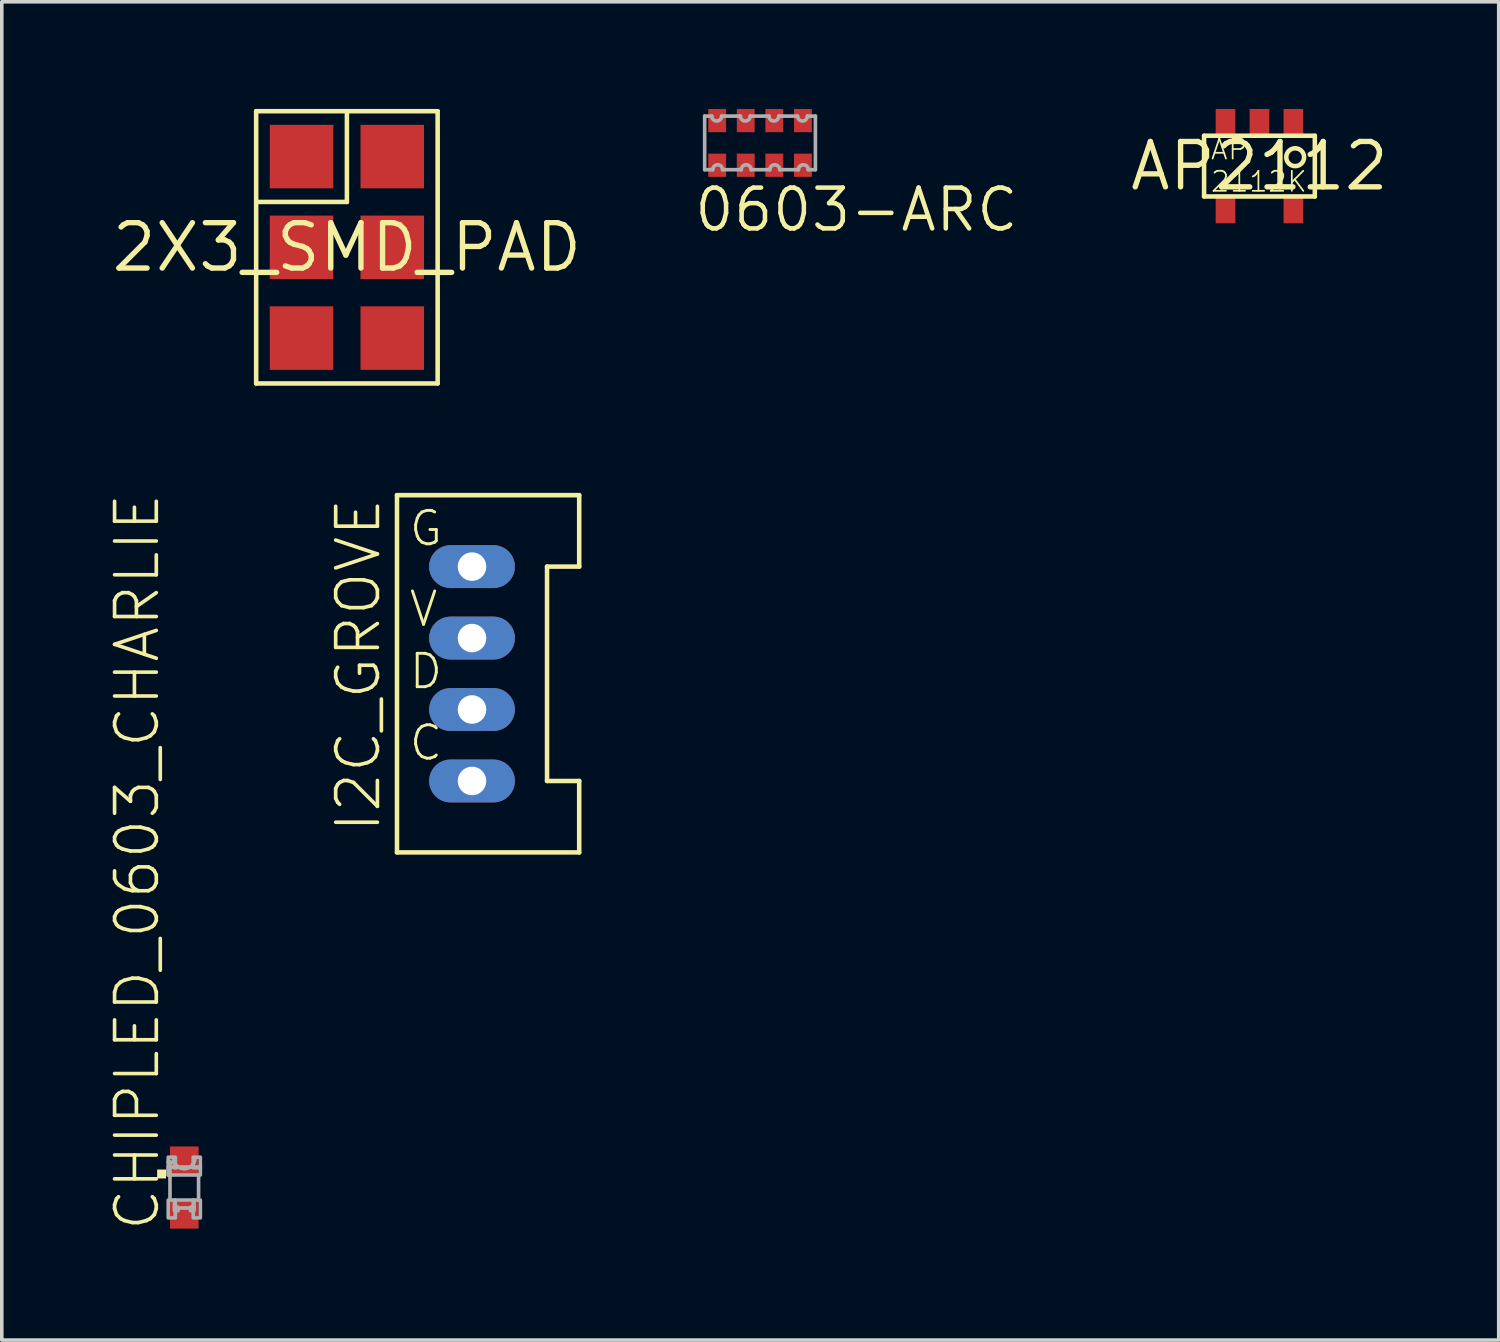
<source format=kicad_pcb>
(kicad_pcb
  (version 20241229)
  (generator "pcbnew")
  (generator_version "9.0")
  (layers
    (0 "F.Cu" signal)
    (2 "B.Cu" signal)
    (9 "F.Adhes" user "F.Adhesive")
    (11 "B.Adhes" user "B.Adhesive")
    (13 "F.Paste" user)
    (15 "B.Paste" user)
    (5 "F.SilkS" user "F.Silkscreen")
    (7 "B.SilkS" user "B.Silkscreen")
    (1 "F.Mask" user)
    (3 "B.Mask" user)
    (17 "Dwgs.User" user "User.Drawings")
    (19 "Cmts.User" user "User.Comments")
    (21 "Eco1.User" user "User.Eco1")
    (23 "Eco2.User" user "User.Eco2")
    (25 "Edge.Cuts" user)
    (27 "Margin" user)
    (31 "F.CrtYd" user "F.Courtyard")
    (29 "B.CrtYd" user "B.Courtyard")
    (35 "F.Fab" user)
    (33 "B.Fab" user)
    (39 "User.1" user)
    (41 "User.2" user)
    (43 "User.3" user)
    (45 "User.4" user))
  (footprint "AP2112"
    (layer "F.Cu")
    (at 32.203 1.6)
    (property "Reference" "AP2112" (at 0 0 0) (layer "F.SilkS") (effects (font (size 1.27 1.27) (thickness 0.15))))
    (fp_line (start -1.55 -0.85) (end 1.55 -0.85) (stroke (width 0.127) (type solid)) (layer "F.SilkS"))
    (fp_line (start -1.55 0.85) (end -1.55 -0.85) (stroke (width 0.127) (type solid)) (layer "F.SilkS"))
    (fp_line (start 1.55 -0.85) (end 1.55 0.85) (stroke (width 0.127) (type solid)) (layer "F.SilkS"))
    (fp_line (start 1.55 0.85) (end -1.55 0.85) (stroke (width 0.127) (type solid)) (layer "F.SilkS"))
    (fp_circle (center 1 -0.25) (end 1.25 -0.25) (stroke (width 0.127) (type solid)) (fill no) (layer "F.SilkS"))
    (fp_text user "AP\n2112K" (at -1.397 0.762 0) (unlocked yes) (layer "F.SilkS") (effects (font (size 0.561 0.561) (thickness 0.049)) (justify left bottom)))
    (pad "P$1" smd rect (at 0.95 -1.2 270) (size 0.8 0.55) (layers "F.Cu" "F.Mask" "F.Paste"))
    (pad "P$2" smd rect (at 0 -1.2 270) (size 0.8 0.55) (layers "F.Cu" "F.Mask" "F.Paste"))
    (pad "P$3" smd rect (at -0.95 -1.2 270) (size 0.8 0.55) (layers "F.Cu" "F.Mask" "F.Paste"))
    (pad "P$4" smd rect (at -0.95 1.2 270) (size 0.8 0.55) (layers "F.Cu" "F.Mask" "F.Paste"))
    (pad "P$5" smd rect (at 0.95 1.2 270) (size 0.8 0.55) (layers "F.Cu" "F.Mask" "F.Paste")))
  (footprint "I2C_GROVE"
    (layer "F.Cu")
    (at 10.162 15.81)
    (property "Reference" "I2C_GROVE" (at -2.5 4.5 90) (unlocked yes) (layer "F.SilkS") (effects (font (size 1.168 1.168) (thickness 0.102)) (justify left bottom)))
    (fp_line (start -2.1 -5) (end -2.1 5) (stroke (width 0.127) (type solid)) (layer "F.SilkS"))
    (fp_line (start -2.1 5) (end 3 5) (stroke (width 0.127) (type solid)) (layer "F.SilkS"))
    (fp_line (start 2.1 -3) (end 3 -3) (stroke (width 0.127) (type solid)) (layer "F.SilkS"))
    (fp_line (start 2.1 3) (end 2.1 -3) (stroke (width 0.127) (type solid)) (layer "F.SilkS"))
    (fp_line (start 3 -5) (end -2.1 -5) (stroke (width 0.127) (type solid)) (layer "F.SilkS"))
    (fp_line (start 3 -3) (end 3 -5) (stroke (width 0.127) (type solid)) (layer "F.SilkS"))
    (fp_line (start 3 3) (end 2.1 3) (stroke (width 0.127) (type solid)) (layer "F.SilkS"))
    (fp_line (start 3 5) (end 3 3) (stroke (width 0.127) (type solid)) (layer "F.SilkS"))
    (fp_text user "G" (at -1.81 -3.52 0) (unlocked yes) (layer "F.SilkS") (effects (font (size 0.935 0.935) (thickness 0.081)) (justify left bottom)))
    (fp_text user "D" (at -1.81 0.48 0) (unlocked yes) (layer "F.SilkS") (effects (font (size 0.935 0.935) (thickness 0.081)) (justify left bottom)))
    (fp_text user "V" (at -1.81 -1.266 0) (unlocked yes) (layer "F.SilkS") (effects (font (size 0.935 0.935) (thickness 0.081)) (justify left bottom)))
    (fp_text user "C" (at -1.81 2.48 0) (unlocked yes) (layer "F.SilkS") (effects (font (size 0.935 0.935) (thickness 0.081)) (justify left bottom)))
    (pad "P$1" thru_hole oval (at 0 -3) (size 2.4 1.2) (drill 0.8) (layers "*.Cu" "*.Mask"))
    (pad "P$2" thru_hole oval (at 0 -1) (size 2.4 1.2) (drill 0.8) (layers "*.Cu" "*.Mask"))
    (pad "P$3" thru_hole oval (at 0 1) (size 2.4 1.2) (drill 0.8) (layers "*.Cu" "*.Mask"))
    (pad "P$4" thru_hole oval (at 0 3) (size 2.4 1.2) (drill 0.8) (layers "*.Cu" "*.Mask")))
  (footprint "0603-ARC"
    (layer "F.Cu")
    (at 18.224 0.95)
    (property "Reference" "0603-ARC" (at -1.905 2.54 0) (unlocked yes) (layer "F.SilkS") (effects (font (size 1.143 1.143) (thickness 0.127)) (justify left bottom)))
    (fp_line (start -1.55 -0.75) (end -1.35 -0.75) (stroke (width 0.102) (type solid)) (layer "F.Fab"))
    (fp_line (start -1.55 0.75) (end -1.55 -0.75) (stroke (width 0.102) (type solid)) (layer "F.Fab"))
    (fp_line (start -1.325 0.75) (end -1.55 0.75) (stroke (width 0.102) (type solid)) (layer "F.Fab"))
    (fp_line (start -1.075 -0.75) (end -0.55 -0.75) (stroke (width 0.102) (type solid)) (layer "F.Fab"))
    (fp_line (start -0.525 0.75) (end -1.05 0.75) (stroke (width 0.102) (type solid)) (layer "F.Fab"))
    (fp_line (start -0.275 -0.75) (end 0.25 -0.75) (stroke (width 0.102) (type solid)) (layer "F.Fab"))
    (fp_line (start 0.275 0.75) (end -0.25 0.75) (stroke (width 0.102) (type solid)) (layer "F.Fab"))
    (fp_line (start 0.525 -0.75) (end 1.05 -0.75) (stroke (width 0.102) (type solid)) (layer "F.Fab"))
    (fp_line (start 1.075 0.75) (end 0.55 0.75) (stroke (width 0.102) (type solid)) (layer "F.Fab"))
    (fp_line (start 1.325 -0.75) (end 1.55 -0.75) (stroke (width 0.102) (type solid)) (layer "F.Fab"))
    (fp_line (start 1.55 -0.75) (end 1.55 0.75) (stroke (width 0.102) (type solid)) (layer "F.Fab"))
    (fp_line (start 1.55 0.75) (end 1.35 0.75) (stroke (width 0.102) (type solid)) (layer "F.Fab"))
    (fp_arc (start -1.325 0.75) (mid -1.1875 0.6125) (end -1.05 0.75) (stroke (width 0.1016) (type solid)) (layer "F.Fab"))
    (fp_arc (start -1.075 -0.75) (mid -1.2125 -0.6125) (end -1.35 -0.75) (stroke (width 0.1016) (type solid)) (layer "F.Fab"))
    (fp_arc (start -0.525 0.75) (mid -0.3875 0.6125) (end -0.25 0.75) (stroke (width 0.1016) (type solid)) (layer "F.Fab"))
    (fp_arc (start -0.275 -0.75) (mid -0.4125 -0.6125) (end -0.55 -0.75) (stroke (width 0.1016) (type solid)) (layer "F.Fab"))
    (fp_arc (start 0.275 0.75) (mid 0.4125 0.6125) (end 0.55 0.75) (stroke (width 0.1016) (type solid)) (layer "F.Fab"))
    (fp_arc (start 0.525 -0.75) (mid 0.3875 -0.6125) (end 0.25 -0.75) (stroke (width 0.1016) (type solid)) (layer "F.Fab"))
    (fp_arc (start 1.075 0.75) (mid 1.2125 0.6125) (end 1.35 0.75) (stroke (width 0.1016) (type solid)) (layer "F.Fab"))
    (fp_arc (start 1.325 -0.75) (mid 1.1875 -0.6125) (end 1.05 -0.75) (stroke (width 0.1016) (type solid)) (layer "F.Fab"))
    (pad "1" smd rect (at -1.2 0.625) (size 0.5 0.65) (layers "F.Cu" "F.Mask" "F.Paste"))
    (pad "2" smd rect (at -0.4 0.625) (size 0.5 0.65) (layers "F.Cu" "F.Mask" "F.Paste"))
    (pad "3" smd rect (at 0.4 0.625) (size 0.5 0.65) (layers "F.Cu" "F.Mask" "F.Paste"))
    (pad "4" smd rect (at 1.2 0.625) (size 0.5 0.65) (layers "F.Cu" "F.Mask" "F.Paste"))
    (pad "5" smd rect (at 1.2 -0.625) (size 0.5 0.65) (layers "F.Cu" "F.Mask" "F.Paste"))
    (pad "6" smd rect (at 0.4 -0.625) (size 0.5 0.65) (layers "F.Cu" "F.Mask" "F.Paste"))
    (pad "7" smd rect (at -0.4 -0.625) (size 0.5 0.65) (layers "F.Cu" "F.Mask" "F.Paste"))
    (pad "8" smd rect (at -1.2 -0.625) (size 0.5 0.65) (layers "F.Cu" "F.Mask" "F.Paste")))
  (footprint "2X3_SMD_PAD"
    (layer "F.Cu")
    (at 6.66 3.873)
    (property "Reference" "2X3_SMD_PAD" (at 0 0 0) (layer "F.SilkS") (effects (font (size 1.27 1.27) (thickness 0.15))))
    (fp_line (start -2.54 -3.81) (end -2.54 3.81) (stroke (width 0.127) (type solid)) (layer "F.SilkS"))
    (fp_line (start -2.54 -1.27) (end 0 -1.27) (stroke (width 0.127) (type solid)) (layer "F.SilkS"))
    (fp_line (start -2.54 3.81) (end 2.54 3.81) (stroke (width 0.127) (type solid)) (layer "F.SilkS"))
    (fp_line (start 0 -3.81) (end -2.54 -3.81) (stroke (width 0.127) (type solid)) (layer "F.SilkS"))
    (fp_line (start 0 -1.27) (end 0 -3.81) (stroke (width 0.127) (type solid)) (layer "F.SilkS"))
    (fp_line (start 2.54 -3.81) (end 0 -3.81) (stroke (width 0.127) (type solid)) (layer "F.SilkS"))
    (fp_line (start 2.54 3.81) (end 2.54 -3.81) (stroke (width 0.127) (type solid)) (layer "F.SilkS"))
    (pad "P$1" smd rect (at -1.27 -2.54 180) (size 1.778 1.778) (layers "F.Cu" "F.Mask"))
    (pad "P$2" smd rect (at 1.27 -2.54 180) (size 1.778 1.778) (layers "F.Cu" "F.Mask"))
    (pad "P$3" smd rect (at -1.27 0 180) (size 1.778 1.778) (layers "F.Cu" "F.Mask"))
    (pad "P$4" smd rect (at 1.27 0 180) (size 1.778 1.778) (layers "F.Cu" "F.Mask"))
    (pad "P$5" smd rect (at -1.27 2.54 180) (size 1.778 1.778) (layers "F.Cu" "F.Mask"))
    (pad "P$6" smd rect (at 1.27 2.54 180) (size 1.778 1.778) (layers "F.Cu" "F.Mask")))
  (footprint "CHIPLED_0603_CHARLIE"
    (layer "F.Cu")
    (at 2.108 30.19)
    (property "Reference" "CHIPLED_0603_CHARLIE" (at -0.635 1.27 90) (unlocked yes) (layer "F.SilkS") (effects (font (size 1.168 1.168) (thickness 0.102)) (justify left bottom)))
    (fp_poly (pts (xy 0.495 0.318) (xy -0.495 0.318) (xy -0.495 -0.318) (xy 0.495 -0.318)) (stroke (width 0) (type default)) (fill yes) (layer "F.Mask"))
    (fp_poly (pts (xy 0.211 -1.059) (xy 0.413 -0.998) (xy 0.6 -0.898) (xy 0.764 -0.764) (xy 0.898 -0.6) (xy 0.999 -0.41) (xy 1.08 -0.003) (xy 1.059 0.211) (xy 0.998 0.413) (xy 0.898 0.6) (xy 0.764 0.764) (xy 0.6 0.898) (xy 0.41 0.999) (xy 0.003 1.08) (xy -0.211 1.059) (xy -0.413 0.998) (xy -0.6 0.898) (xy -0.764 0.764) (xy -0.898 0.6) (xy -0.999 0.41) (xy -1.08 0.003) (xy -1.059 -0.211) (xy -0.998 -0.413) (xy -0.898 -0.6) (xy -0.764 -0.764) (xy -0.6 -0.898) (xy -0.41 -0.999) (xy -0.003 -1.08)) (stroke (width 0) (type default)) (fill yes) (layer "B.Mask"))
    (fp_poly (pts (xy -0.76 -0.254) (xy -0.51 -0.254) (xy -0.51 -0.504) (xy -0.76 -0.504)) (stroke (width 0) (type default)) (fill yes) (layer "F.SilkS"))
    (fp_line (start -0.4 -0.375) (end -0.4 0.35) (stroke (width 0.102) (type solid)) (layer "F.Fab"))
    (fp_line (start 0.4 -0.35) (end 0.4 0.35) (stroke (width 0.102) (type solid)) (layer "F.Fab"))
    (fp_arc (start -0.275 0.825) (mid 0 0.55) (end 0.275 0.825) (stroke (width 0.0508) (type solid)) (layer "F.Fab"))
    (fp_arc (start 0.3 -0.799998) (mid -0.000001 -0.524966) (end -0.3 -0.8) (stroke (width 0.1016) (type solid)) (layer "F.Fab"))
    (fp_circle (center -0.35 -0.625) (end -0.275 -0.625) (stroke (width 0.051) (type solid)) (fill no) (layer "F.Fab"))
    (fp_poly (pts (xy -0.45 -0.7) (xy -0.25 -0.7) (xy -0.25 -0.85) (xy -0.45 -0.85)) (stroke (width 0.1) (type default)) (fill no) (layer "F.Fab"))
    (fp_poly (pts (xy -0.45 -0.35) (xy -0.4 -0.35) (xy -0.4 -0.725) (xy -0.45 -0.725)) (stroke (width 0.1) (type default)) (fill no) (layer "F.Fab"))
    (fp_poly (pts (xy -0.45 -0.35) (xy 0.45 -0.35) (xy 0.45 -0.575) (xy -0.45 -0.575)) (stroke (width 0.1) (type default)) (fill no) (layer "F.Fab"))
    (fp_poly (pts (xy -0.45 0.85) (xy -0.25 0.85) (xy -0.25 0.35) (xy -0.45 0.35)) (stroke (width 0.1) (type default)) (fill no) (layer "F.Fab"))
    (fp_poly (pts (xy -0.275 -0.55) (xy -0.225 -0.55) (xy -0.225 -0.6) (xy -0.275 -0.6)) (stroke (width 0.1) (type default)) (fill no) (layer "F.Fab"))
    (fp_poly (pts (xy -0.275 0.575) (xy 0.275 0.575) (xy 0.275 0.35) (xy -0.275 0.35)) (stroke (width 0.1) (type default)) (fill no) (layer "F.Fab"))
    (fp_poly (pts (xy -0.275 0.65) (xy -0.175 0.65) (xy -0.175 0.55) (xy -0.275 0.55)) (stroke (width 0.1) (type default)) (fill no) (layer "F.Fab"))
    (fp_poly (pts (xy 0.175 0.65) (xy 0.275 0.65) (xy 0.275 0.55) (xy 0.175 0.55)) (stroke (width 0.1) (type default)) (fill no) (layer "F.Fab"))
    (fp_poly (pts (xy 0.25 -0.55) (xy 0.45 -0.55) (xy 0.45 -0.85) (xy 0.25 -0.85)) (stroke (width 0.1) (type default)) (fill no) (layer "F.Fab"))
    (fp_poly (pts (xy 0.25 0.85) (xy 0.45 0.85) (xy 0.45 0.35) (xy 0.25 0.35)) (stroke (width 0.1) (type default)) (fill no) (layer "F.Fab"))
    (pad "A" smd rect (at 0 0.75) (size 0.8 0.8) (layers "F.Cu" "F.Mask" "F.Paste"))
    (pad "C" smd rect (at 0 -0.75) (size 0.8 0.8) (layers "F.Cu" "F.Mask" "F.Paste"))
    (zone (net_name "") (layer "B.Cu") (hatch edge 0.5) (connect_pads) (min_thickness 0.25) (filled_areas_thickness no) (keepout (tracks not_allowed) (vias not_allowed) (pads not_allowed) (copperpour not_allowed) (footprints allowed)) (placement (enabled no)) (fill) (polygon (pts (xy 3.124 30.19) (xy 3.105 30.388) (xy 3.047 30.579) (xy 2.953 30.754) (xy 2.827 30.908) (xy 2.673 31.035) (xy 2.497 31.129) (xy 2.108 31.206) (xy 1.91 31.186) (xy 1.719 31.129) (xy 1.544 31.035) (xy 1.39 30.908) (xy 1.263 30.754) (xy 1.17 30.579) (xy 1.092 30.19) (xy 1.112 29.992) (xy 1.17 29.801) (xy 1.263 29.625) (xy 1.39 29.471) (xy 1.544 29.345) (xy 1.719 29.251) (xy 2.108 29.174) (xy 2.306 29.193) (xy 2.497 29.251) (xy 2.673 29.345) (xy 2.827 29.471) (xy 2.953 29.625) (xy 3.047 29.801)))))
  (gr_rect
    (start -3 -3)
    (end 38.9 34.46)
    (stroke (width 0.1) (type default))
    (fill no)
    (layer "Edge.Cuts")))
</source>
